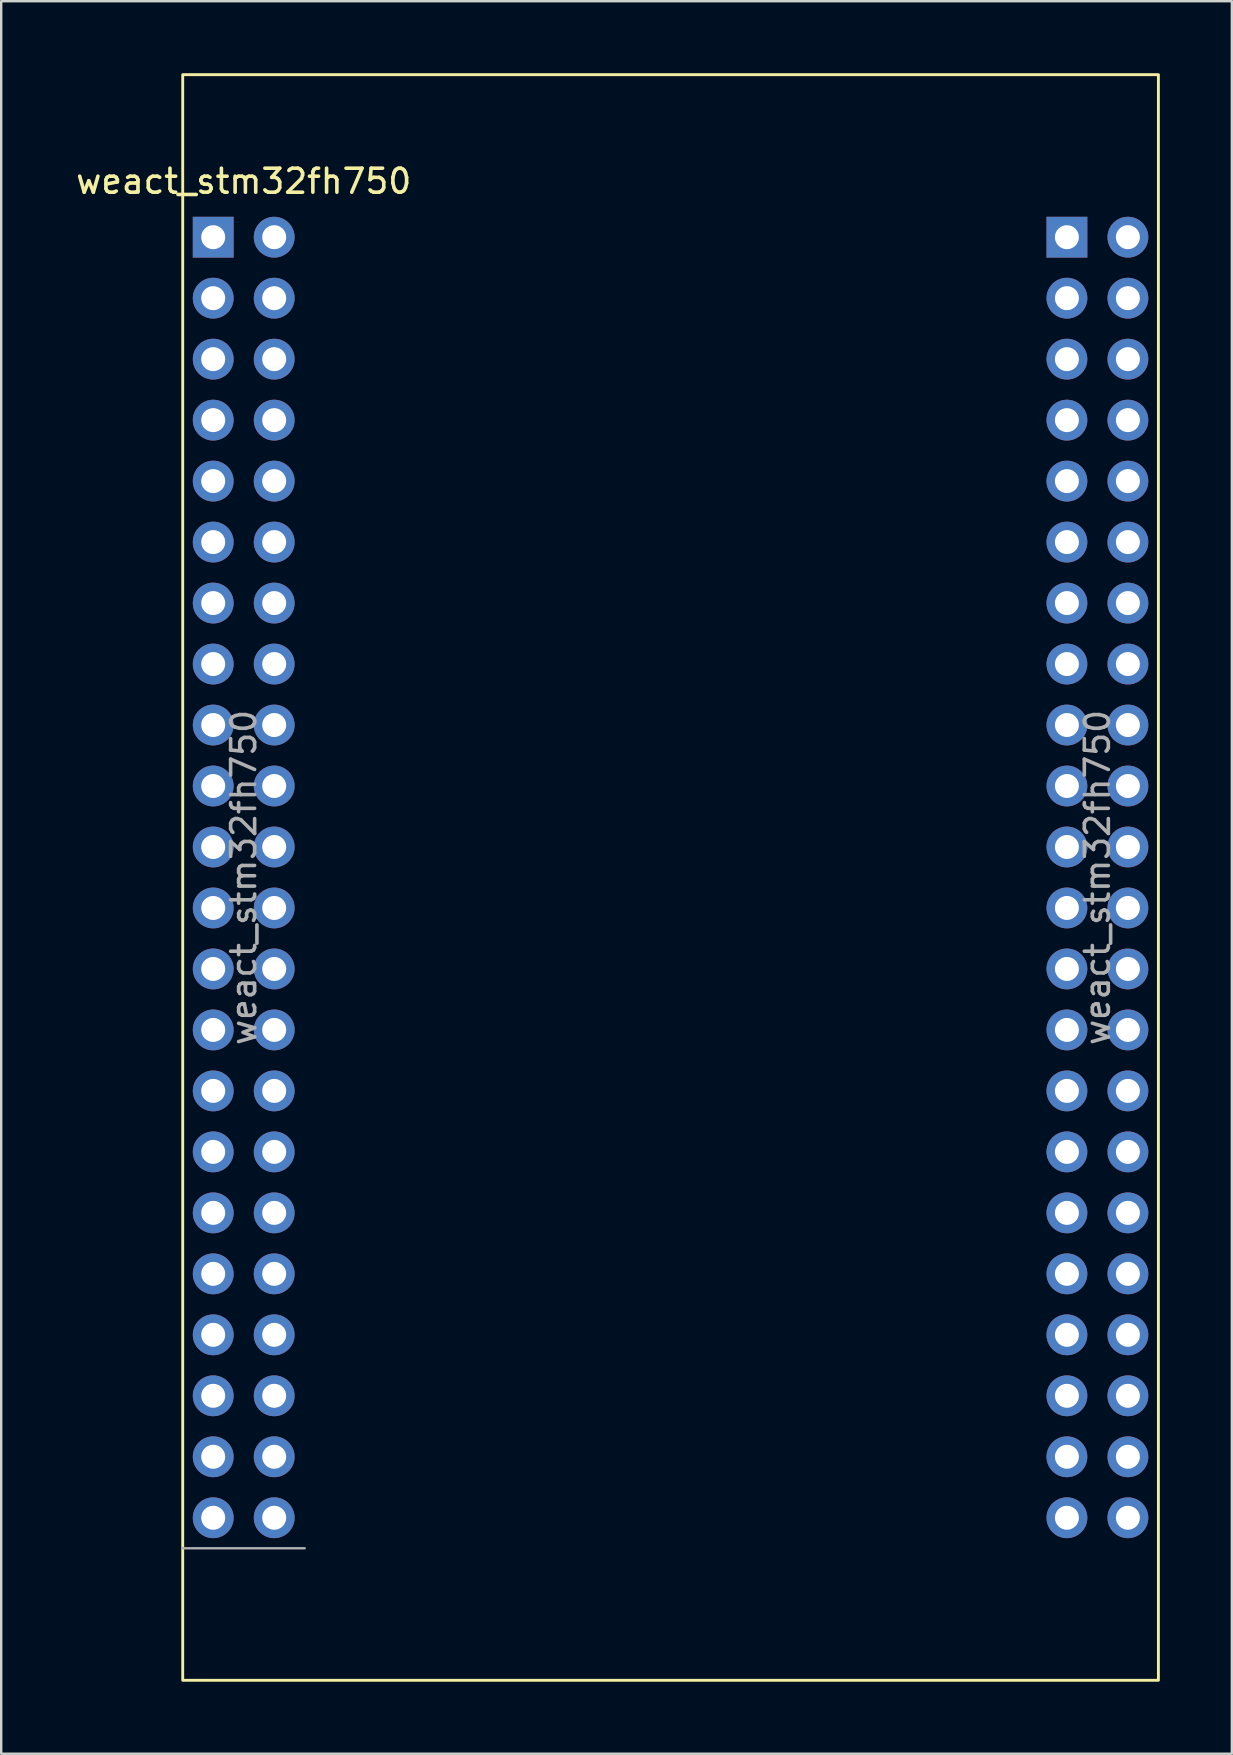
<source format=kicad_pcb>
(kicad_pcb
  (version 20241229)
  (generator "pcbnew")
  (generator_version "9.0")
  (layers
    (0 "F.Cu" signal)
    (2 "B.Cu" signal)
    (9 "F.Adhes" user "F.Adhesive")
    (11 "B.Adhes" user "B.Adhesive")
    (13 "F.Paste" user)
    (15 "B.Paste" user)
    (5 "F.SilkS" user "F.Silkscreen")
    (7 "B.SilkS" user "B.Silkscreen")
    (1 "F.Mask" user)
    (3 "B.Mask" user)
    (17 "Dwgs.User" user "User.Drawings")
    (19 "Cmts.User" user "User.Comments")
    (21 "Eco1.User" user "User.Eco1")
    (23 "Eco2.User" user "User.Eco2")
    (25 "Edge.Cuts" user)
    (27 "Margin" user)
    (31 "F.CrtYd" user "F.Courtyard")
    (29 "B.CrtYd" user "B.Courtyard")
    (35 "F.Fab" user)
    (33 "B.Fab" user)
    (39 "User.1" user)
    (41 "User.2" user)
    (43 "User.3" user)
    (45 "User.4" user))
  (footprint "weact_stm32fh750"
    (layer "F.Cu")
    (at 24.881 33.5)
    (property "Reference" "weact_stm32fh750" (at -17.78 -29 0) (layer "F.SilkS") (effects (font (size 1 1) (thickness 0.15))))
    (attr through_hole)
    (fp_rect (start -20.32 -33.44) (end 20.32 33.44) (stroke (width 0.12) (type default)) (fill no) (layer "F.SilkS"))
    (fp_line (start -15.24 27.94) (end -20.32 27.94) (stroke (width 0.1) (type solid)) (layer "F.Fab"))
    (fp_text user "${REFERENCE}" (at -17.78 0 90) (layer "F.Fab") (effects (font (size 1 1) (thickness 0.15))))
    (fp_text user "${REFERENCE}" (at 17.78 0 90) (layer "F.Fab") (effects (font (size 1 1) (thickness 0.15))))
    (pad "1" thru_hole rect (at -19.05 -26.67) (size 1.7 1.7) (drill 1) (layers "*.Cu" "*.Mask"))
    (pad "2" thru_hole oval (at -16.51 -26.67) (size 1.7 1.7) (drill 1) (layers "*.Cu" "*.Mask"))
    (pad "3" thru_hole oval (at -19.05 -24.13) (size 1.7 1.7) (drill 1) (layers "*.Cu" "*.Mask"))
    (pad "4" thru_hole oval (at -16.51 -24.13) (size 1.7 1.7) (drill 1) (layers "*.Cu" "*.Mask"))
    (pad "5" thru_hole oval (at -19.05 -21.59) (size 1.7 1.7) (drill 1) (layers "*.Cu" "*.Mask"))
    (pad "6" thru_hole oval (at -16.51 -21.59) (size 1.7 1.7) (drill 1) (layers "*.Cu" "*.Mask"))
    (pad "7" thru_hole oval (at -19.05 -19.05) (size 1.7 1.7) (drill 1) (layers "*.Cu" "*.Mask"))
    (pad "8" thru_hole oval (at -16.51 -19.05) (size 1.7 1.7) (drill 1) (layers "*.Cu" "*.Mask"))
    (pad "9" thru_hole oval (at -19.05 -16.51) (size 1.7 1.7) (drill 1) (layers "*.Cu" "*.Mask"))
    (pad "10" thru_hole oval (at -16.51 -16.51) (size 1.7 1.7) (drill 1) (layers "*.Cu" "*.Mask"))
    (pad "11" thru_hole oval (at -19.05 -13.97) (size 1.7 1.7) (drill 1) (layers "*.Cu" "*.Mask"))
    (pad "11" thru_hole oval (at 16.51 -13.97) (size 1.7 1.7) (drill 1) (layers "*.Cu" "*.Mask"))
    (pad "12" thru_hole oval (at -16.51 -13.97) (size 1.7 1.7) (drill 1) (layers "*.Cu" "*.Mask"))
    (pad "12" thru_hole oval (at 19.05 -13.97) (size 1.7 1.7) (drill 1) (layers "*.Cu" "*.Mask"))
    (pad "13" thru_hole oval (at -19.05 -11.43) (size 1.7 1.7) (drill 1) (layers "*.Cu" "*.Mask"))
    (pad "13" thru_hole oval (at 16.51 -11.43) (size 1.7 1.7) (drill 1) (layers "*.Cu" "*.Mask"))
    (pad "14" thru_hole oval (at -16.51 -11.43) (size 1.7 1.7) (drill 1) (layers "*.Cu" "*.Mask"))
    (pad "14" thru_hole oval (at 19.05 -11.43) (size 1.7 1.7) (drill 1) (layers "*.Cu" "*.Mask"))
    (pad "15" thru_hole oval (at -19.05 -8.89) (size 1.7 1.7) (drill 1) (layers "*.Cu" "*.Mask"))
    (pad "15" thru_hole oval (at 16.51 -8.89) (size 1.7 1.7) (drill 1) (layers "*.Cu" "*.Mask"))
    (pad "16" thru_hole oval (at -16.51 -8.89) (size 1.7 1.7) (drill 1) (layers "*.Cu" "*.Mask"))
    (pad "16" thru_hole oval (at 19.05 -8.89) (size 1.7 1.7) (drill 1) (layers "*.Cu" "*.Mask"))
    (pad "17" thru_hole oval (at -19.05 -6.35) (size 1.7 1.7) (drill 1) (layers "*.Cu" "*.Mask"))
    (pad "17" thru_hole oval (at 16.51 -6.35) (size 1.7 1.7) (drill 1) (layers "*.Cu" "*.Mask"))
    (pad "18" thru_hole oval (at -16.51 -6.35) (size 1.7 1.7) (drill 1) (layers "*.Cu" "*.Mask"))
    (pad "18" thru_hole oval (at 19.05 -6.35) (size 1.7 1.7) (drill 1) (layers "*.Cu" "*.Mask"))
    (pad "19" thru_hole oval (at -19.05 -3.81) (size 1.7 1.7) (drill 1) (layers "*.Cu" "*.Mask"))
    (pad "19" thru_hole oval (at 16.51 -3.81) (size 1.7 1.7) (drill 1) (layers "*.Cu" "*.Mask"))
    (pad "20" thru_hole oval (at -16.51 -3.81) (size 1.7 1.7) (drill 1) (layers "*.Cu" "*.Mask"))
    (pad "20" thru_hole oval (at 19.05 -3.81) (size 1.7 1.7) (drill 1) (layers "*.Cu" "*.Mask"))
    (pad "21" thru_hole oval (at -19.05 -1.27) (size 1.7 1.7) (drill 1) (layers "*.Cu" "*.Mask"))
    (pad "21" thru_hole oval (at 16.51 -1.27) (size 1.7 1.7) (drill 1) (layers "*.Cu" "*.Mask"))
    (pad "22" thru_hole oval (at -16.51 -1.27) (size 1.7 1.7) (drill 1) (layers "*.Cu" "*.Mask"))
    (pad "22" thru_hole oval (at 19.05 -1.27) (size 1.7 1.7) (drill 1) (layers "*.Cu" "*.Mask"))
    (pad "23" thru_hole oval (at -19.05 1.27) (size 1.7 1.7) (drill 1) (layers "*.Cu" "*.Mask"))
    (pad "23" thru_hole oval (at 16.51 1.27) (size 1.7 1.7) (drill 1) (layers "*.Cu" "*.Mask"))
    (pad "24" thru_hole oval (at -16.51 1.27) (size 1.7 1.7) (drill 1) (layers "*.Cu" "*.Mask"))
    (pad "24" thru_hole oval (at 19.05 1.27) (size 1.7 1.7) (drill 1) (layers "*.Cu" "*.Mask"))
    (pad "25" thru_hole oval (at -19.05 3.81) (size 1.7 1.7) (drill 1) (layers "*.Cu" "*.Mask"))
    (pad "25" thru_hole oval (at 16.51 3.81) (size 1.7 1.7) (drill 1) (layers "*.Cu" "*.Mask"))
    (pad "26" thru_hole oval (at -16.51 3.81) (size 1.7 1.7) (drill 1) (layers "*.Cu" "*.Mask"))
    (pad "26" thru_hole oval (at 19.05 3.81) (size 1.7 1.7) (drill 1) (layers "*.Cu" "*.Mask"))
    (pad "27" thru_hole oval (at -19.05 6.35) (size 1.7 1.7) (drill 1) (layers "*.Cu" "*.Mask"))
    (pad "27" thru_hole oval (at 16.51 6.35) (size 1.7 1.7) (drill 1) (layers "*.Cu" "*.Mask"))
    (pad "28" thru_hole oval (at -16.51 6.35) (size 1.7 1.7) (drill 1) (layers "*.Cu" "*.Mask"))
    (pad "28" thru_hole oval (at 19.05 6.35) (size 1.7 1.7) (drill 1) (layers "*.Cu" "*.Mask"))
    (pad "29" thru_hole oval (at -19.05 8.89) (size 1.7 1.7) (drill 1) (layers "*.Cu" "*.Mask"))
    (pad "29" thru_hole oval (at 16.51 8.89) (size 1.7 1.7) (drill 1) (layers "*.Cu" "*.Mask"))
    (pad "30" thru_hole oval (at -16.51 8.89) (size 1.7 1.7) (drill 1) (layers "*.Cu" "*.Mask"))
    (pad "30" thru_hole oval (at 19.05 8.89) (size 1.7 1.7) (drill 1) (layers "*.Cu" "*.Mask"))
    (pad "31" thru_hole oval (at -19.05 11.43) (size 1.7 1.7) (drill 1) (layers "*.Cu" "*.Mask"))
    (pad "31" thru_hole oval (at 16.51 11.43) (size 1.7 1.7) (drill 1) (layers "*.Cu" "*.Mask"))
    (pad "32" thru_hole oval (at -16.51 11.43) (size 1.7 1.7) (drill 1) (layers "*.Cu" "*.Mask"))
    (pad "32" thru_hole oval (at 19.05 11.43) (size 1.7 1.7) (drill 1) (layers "*.Cu" "*.Mask"))
    (pad "33" thru_hole oval (at -19.05 13.97) (size 1.7 1.7) (drill 1) (layers "*.Cu" "*.Mask"))
    (pad "33" thru_hole oval (at 16.51 13.97) (size 1.7 1.7) (drill 1) (layers "*.Cu" "*.Mask"))
    (pad "34" thru_hole oval (at -16.51 13.97) (size 1.7 1.7) (drill 1) (layers "*.Cu" "*.Mask"))
    (pad "34" thru_hole oval (at 19.05 13.97) (size 1.7 1.7) (drill 1) (layers "*.Cu" "*.Mask"))
    (pad "35" thru_hole oval (at -19.05 16.51) (size 1.7 1.7) (drill 1) (layers "*.Cu" "*.Mask"))
    (pad "35" thru_hole oval (at 16.51 16.51) (size 1.7 1.7) (drill 1) (layers "*.Cu" "*.Mask"))
    (pad "36" thru_hole oval (at -16.51 16.51) (size 1.7 1.7) (drill 1) (layers "*.Cu" "*.Mask"))
    (pad "36" thru_hole oval (at 19.05 16.51) (size 1.7 1.7) (drill 1) (layers "*.Cu" "*.Mask"))
    (pad "37" thru_hole oval (at -19.05 19.05) (size 1.7 1.7) (drill 1) (layers "*.Cu" "*.Mask"))
    (pad "37" thru_hole oval (at 16.51 19.05) (size 1.7 1.7) (drill 1) (layers "*.Cu" "*.Mask"))
    (pad "38" thru_hole oval (at -16.51 19.05) (size 1.7 1.7) (drill 1) (layers "*.Cu" "*.Mask"))
    (pad "38" thru_hole oval (at 19.05 19.05) (size 1.7 1.7) (drill 1) (layers "*.Cu" "*.Mask"))
    (pad "39" thru_hole oval (at -19.05 21.59) (size 1.7 1.7) (drill 1) (layers "*.Cu" "*.Mask"))
    (pad "39" thru_hole oval (at 16.51 21.59) (size 1.7 1.7) (drill 1) (layers "*.Cu" "*.Mask"))
    (pad "40" thru_hole oval (at -16.51 21.59) (size 1.7 1.7) (drill 1) (layers "*.Cu" "*.Mask"))
    (pad "40" thru_hole oval (at 19.05 21.59) (size 1.7 1.7) (drill 1) (layers "*.Cu" "*.Mask"))
    (pad "41" thru_hole oval (at -19.05 24.13) (size 1.7 1.7) (drill 1) (layers "*.Cu" "*.Mask"))
    (pad "41" thru_hole oval (at 16.51 24.13) (size 1.7 1.7) (drill 1) (layers "*.Cu" "*.Mask"))
    (pad "42" thru_hole oval (at -16.51 24.13) (size 1.7 1.7) (drill 1) (layers "*.Cu" "*.Mask"))
    (pad "42" thru_hole oval (at 19.05 24.13) (size 1.7 1.7) (drill 1) (layers "*.Cu" "*.Mask"))
    (pad "43" thru_hole oval (at -19.05 26.67) (size 1.7 1.7) (drill 1) (layers "*.Cu" "*.Mask"))
    (pad "43" thru_hole oval (at 16.51 26.67) (size 1.7 1.7) (drill 1) (layers "*.Cu" "*.Mask"))
    (pad "44" thru_hole oval (at -16.51 26.67) (size 1.7 1.7) (drill 1) (layers "*.Cu" "*.Mask"))
    (pad "44" thru_hole oval (at 19.05 26.67) (size 1.7 1.7) (drill 1) (layers "*.Cu" "*.Mask"))
    (pad "45" thru_hole rect (at 16.51 -26.67) (size 1.7 1.7) (drill 1) (layers "*.Cu" "*.Mask"))
    (pad "46" thru_hole oval (at 19.05 -26.67) (size 1.7 1.7) (drill 1) (layers "*.Cu" "*.Mask"))
    (pad "47" thru_hole oval (at 16.51 -24.13) (size 1.7 1.7) (drill 1) (layers "*.Cu" "*.Mask"))
    (pad "48" thru_hole oval (at 19.05 -24.13) (size 1.7 1.7) (drill 1) (layers "*.Cu" "*.Mask"))
    (pad "49" thru_hole oval (at 16.51 -21.59) (size 1.7 1.7) (drill 1) (layers "*.Cu" "*.Mask"))
    (pad "50" thru_hole oval (at 19.05 -21.59) (size 1.7 1.7) (drill 1) (layers "*.Cu" "*.Mask"))
    (pad "51" thru_hole oval (at 16.51 -19.05) (size 1.7 1.7) (drill 1) (layers "*.Cu" "*.Mask"))
    (pad "52" thru_hole oval (at 19.05 -19.05) (size 1.7 1.7) (drill 1) (layers "*.Cu" "*.Mask"))
    (pad "53" thru_hole oval (at 16.51 -16.51) (size 1.7 1.7) (drill 1) (layers "*.Cu" "*.Mask"))
    (pad "54" thru_hole oval (at 19.05 -16.51) (size 1.7 1.7) (drill 1) (layers "*.Cu" "*.Mask")))
  (gr_rect
    (start -3 -3)
    (end 48.261 70)
    (stroke (width 0.1) (type default))
    (fill no)
    (layer "Edge.Cuts")))
</source>
